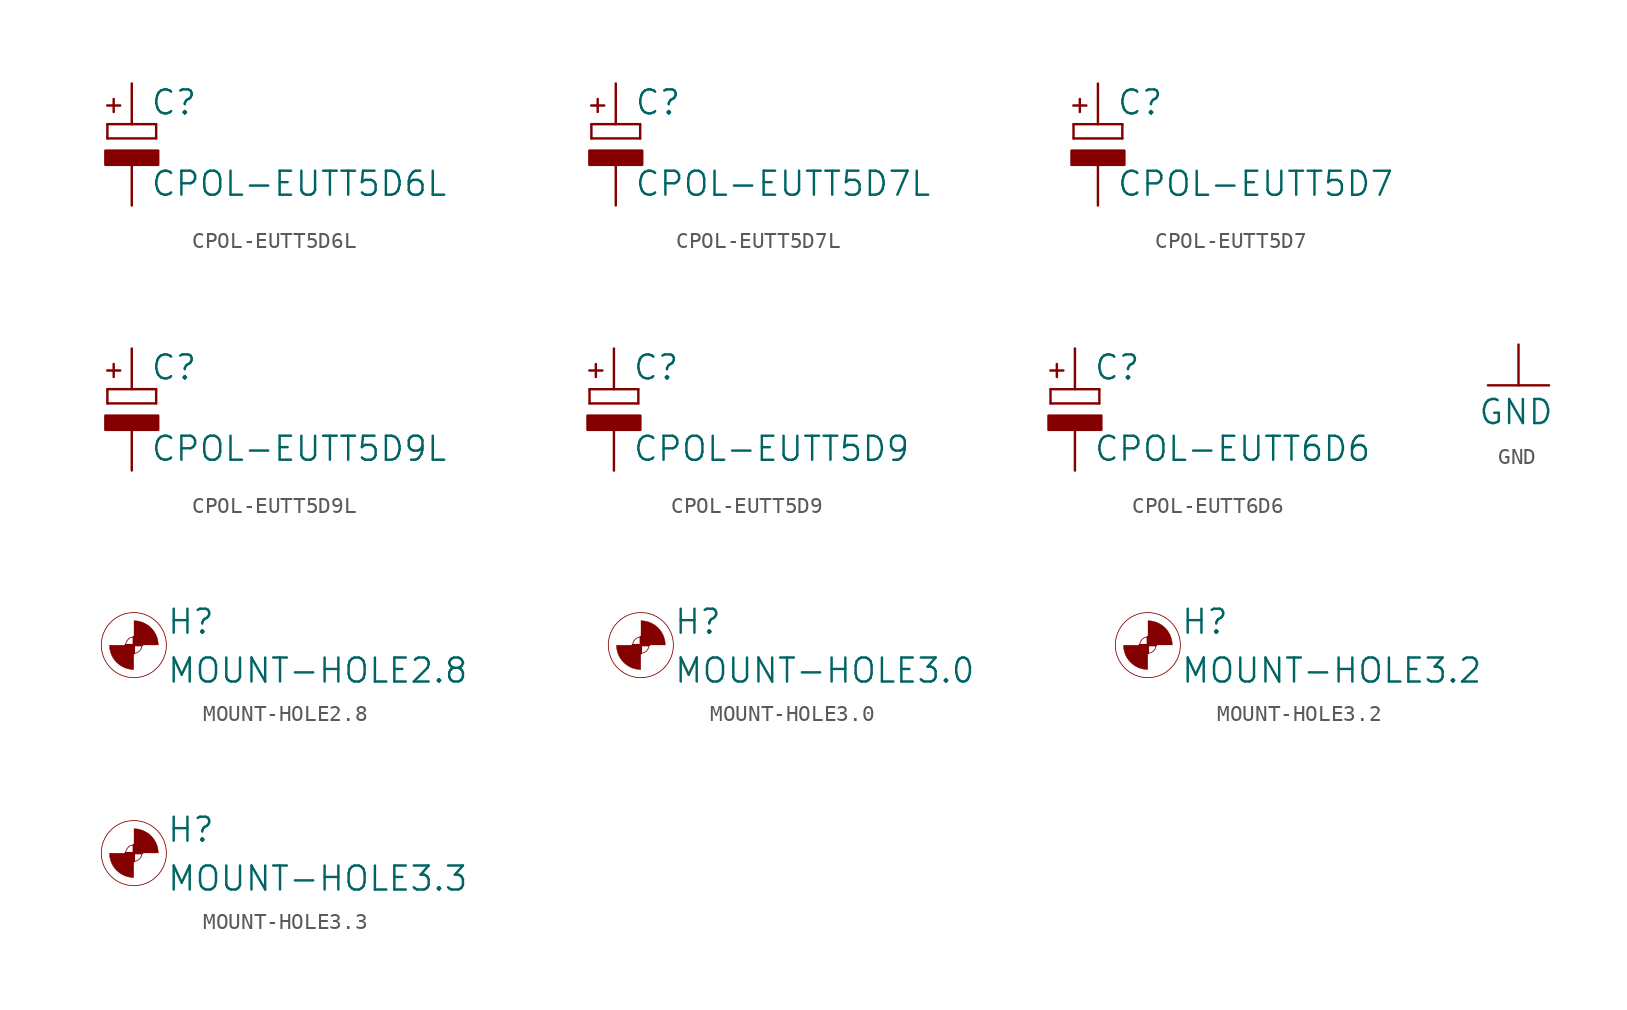
<source format=kicad_sym>
(kicad_symbol_lib
  (version 20211014)
  (generator kicad_symbol_editor)
  (symbol "CPOL-EUTT5D6L"
    (pin_names
      (offset 1.016))
    (property "Reference" "C"
      (at 1.143 0.483 0)
      (effects (font (size 1.499 1.499)) (justify left bottom)))
    (property "Value" "CPOL-EUTT5D6L"
      (at 1.143 -4.597 0)
      (effects (font (size 1.499 1.499)) (justify left bottom)))
    (property "ki_locked" ""
      (at 0 0 0)
      (effects (font (size 1.27 1.27))))
    (symbol "CPOL-EUTT5D6L_1_0"
      (rectangle (start -1.651 -2.54) (end 1.651 -1.651) (stroke (width 0) (type default) (color 0 0 0 0)) (fill (type outline)))
      (polyline (pts (xy -1.524 -0.889) (xy 1.524 -0.889)) (stroke (width 0) (type default) (color 0 0 0 0)) (fill (type none)))
      (polyline (pts (xy -1.524 0) (xy -1.524 -0.889)) (stroke (width 0) (type default) (color 0 0 0 0)) (fill (type none)))
      (polyline (pts (xy -1.524 0) (xy 1.524 0)) (stroke (width 0) (type default) (color 0 0 0 0)) (fill (type none)))
      (polyline (pts (xy 1.524 -0.889) (xy 1.524 0)) (stroke (width 0) (type default) (color 0 0 0 0)) (fill (type none)))
      (text "+" (at -0.584 0.406 900) (effects (font (size 1.067 1.067)) (justify left bottom)))
      (pin passive line (at 0 2.54 270) (length 2.54) (name "+" (effects (font (size 0 0)))) (number "+" (effects (font (size 0 0)))))
      (pin passive line (at 0 -5.08 90) (length 2.54) (name "-" (effects (font (size 0 0)))) (number "-" (effects (font (size 0 0)))))))
  (symbol "CPOL-EUTT5D7L"
    (pin_names
      (offset 1.016))
    (property "Reference" "C"
      (at 1.143 0.483 0)
      (effects (font (size 1.499 1.499)) (justify left bottom)))
    (property "Value" "CPOL-EUTT5D7L"
      (at 1.143 -4.597 0)
      (effects (font (size 1.499 1.499)) (justify left bottom)))
    (property "ki_locked" ""
      (at 0 0 0)
      (effects (font (size 1.27 1.27))))
    (symbol "CPOL-EUTT5D7L_1_0"
      (rectangle (start -1.651 -2.54) (end 1.651 -1.651) (stroke (width 0) (type default) (color 0 0 0 0)) (fill (type outline)))
      (polyline (pts (xy -1.524 -0.889) (xy 1.524 -0.889)) (stroke (width 0) (type default) (color 0 0 0 0)) (fill (type none)))
      (polyline (pts (xy -1.524 0) (xy -1.524 -0.889)) (stroke (width 0) (type default) (color 0 0 0 0)) (fill (type none)))
      (polyline (pts (xy -1.524 0) (xy 1.524 0)) (stroke (width 0) (type default) (color 0 0 0 0)) (fill (type none)))
      (polyline (pts (xy 1.524 -0.889) (xy 1.524 0)) (stroke (width 0) (type default) (color 0 0 0 0)) (fill (type none)))
      (text "+" (at -0.584 0.406 900) (effects (font (size 1.067 1.067)) (justify left bottom)))
      (pin passive line (at 0 2.54 270) (length 2.54) (name "+" (effects (font (size 0 0)))) (number "+" (effects (font (size 0 0)))))
      (pin passive line (at 0 -5.08 90) (length 2.54) (name "-" (effects (font (size 0 0)))) (number "-" (effects (font (size 0 0)))))))
  (symbol "CPOL-EUTT5D7"
    (pin_names
      (offset 1.016))
    (property "Reference" "C"
      (at 1.143 0.483 0)
      (effects (font (size 1.499 1.499)) (justify left bottom)))
    (property "Value" "CPOL-EUTT5D7"
      (at 1.143 -4.597 0)
      (effects (font (size 1.499 1.499)) (justify left bottom)))
    (property "ki_locked" ""
      (at 0 0 0)
      (effects (font (size 1.27 1.27))))
    (symbol "CPOL-EUTT5D7_1_0"
      (rectangle (start -1.651 -2.54) (end 1.651 -1.651) (stroke (width 0) (type default) (color 0 0 0 0)) (fill (type outline)))
      (polyline (pts (xy -1.524 -0.889) (xy 1.524 -0.889)) (stroke (width 0) (type default) (color 0 0 0 0)) (fill (type none)))
      (polyline (pts (xy -1.524 0) (xy -1.524 -0.889)) (stroke (width 0) (type default) (color 0 0 0 0)) (fill (type none)))
      (polyline (pts (xy -1.524 0) (xy 1.524 0)) (stroke (width 0) (type default) (color 0 0 0 0)) (fill (type none)))
      (polyline (pts (xy 1.524 -0.889) (xy 1.524 0)) (stroke (width 0) (type default) (color 0 0 0 0)) (fill (type none)))
      (text "+" (at -0.584 0.406 900) (effects (font (size 1.067 1.067)) (justify left bottom)))
      (pin passive line (at 0 2.54 270) (length 2.54) (name "+" (effects (font (size 0 0)))) (number "+" (effects (font (size 0 0)))))
      (pin passive line (at 0 -5.08 90) (length 2.54) (name "-" (effects (font (size 0 0)))) (number "-" (effects (font (size 0 0)))))))
  (symbol "CPOL-EUTT5D9L"
    (pin_names
      (offset 1.016))
    (property "Reference" "C"
      (at 1.143 0.483 0)
      (effects (font (size 1.499 1.499)) (justify left bottom)))
    (property "Value" "CPOL-EUTT5D9L"
      (at 1.143 -4.597 0)
      (effects (font (size 1.499 1.499)) (justify left bottom)))
    (property "ki_locked" ""
      (at 0 0 0)
      (effects (font (size 1.27 1.27))))
    (symbol "CPOL-EUTT5D9L_1_0"
      (rectangle (start -1.651 -2.54) (end 1.651 -1.651) (stroke (width 0) (type default) (color 0 0 0 0)) (fill (type outline)))
      (polyline (pts (xy -1.524 -0.889) (xy 1.524 -0.889)) (stroke (width 0) (type default) (color 0 0 0 0)) (fill (type none)))
      (polyline (pts (xy -1.524 0) (xy -1.524 -0.889)) (stroke (width 0) (type default) (color 0 0 0 0)) (fill (type none)))
      (polyline (pts (xy -1.524 0) (xy 1.524 0)) (stroke (width 0) (type default) (color 0 0 0 0)) (fill (type none)))
      (polyline (pts (xy 1.524 -0.889) (xy 1.524 0)) (stroke (width 0) (type default) (color 0 0 0 0)) (fill (type none)))
      (text "+" (at -0.584 0.406 900) (effects (font (size 1.067 1.067)) (justify left bottom)))
      (pin passive line (at 0 2.54 270) (length 2.54) (name "+" (effects (font (size 0 0)))) (number "+" (effects (font (size 0 0)))))
      (pin passive line (at 0 -5.08 90) (length 2.54) (name "-" (effects (font (size 0 0)))) (number "-" (effects (font (size 0 0)))))))
  (symbol "CPOL-EUTT5D9"
    (pin_names
      (offset 1.016))
    (property "Reference" "C"
      (at 1.143 0.483 0)
      (effects (font (size 1.499 1.499)) (justify left bottom)))
    (property "Value" "CPOL-EUTT5D9"
      (at 1.143 -4.597 0)
      (effects (font (size 1.499 1.499)) (justify left bottom)))
    (property "ki_locked" ""
      (at 0 0 0)
      (effects (font (size 1.27 1.27))))
    (symbol "CPOL-EUTT5D9_1_0"
      (rectangle (start -1.651 -2.54) (end 1.651 -1.651) (stroke (width 0) (type default) (color 0 0 0 0)) (fill (type outline)))
      (polyline (pts (xy -1.524 -0.889) (xy 1.524 -0.889)) (stroke (width 0) (type default) (color 0 0 0 0)) (fill (type none)))
      (polyline (pts (xy -1.524 0) (xy -1.524 -0.889)) (stroke (width 0) (type default) (color 0 0 0 0)) (fill (type none)))
      (polyline (pts (xy -1.524 0) (xy 1.524 0)) (stroke (width 0) (type default) (color 0 0 0 0)) (fill (type none)))
      (polyline (pts (xy 1.524 -0.889) (xy 1.524 0)) (stroke (width 0) (type default) (color 0 0 0 0)) (fill (type none)))
      (text "+" (at -0.584 0.406 900) (effects (font (size 1.067 1.067)) (justify left bottom)))
      (pin passive line (at 0 2.54 270) (length 2.54) (name "+" (effects (font (size 0 0)))) (number "+" (effects (font (size 0 0)))))
      (pin passive line (at 0 -5.08 90) (length 2.54) (name "-" (effects (font (size 0 0)))) (number "-" (effects (font (size 0 0)))))))
  (symbol "CPOL-EUTT6D6"
    (pin_names
      (offset 1.016))
    (property "Reference" "C"
      (at 1.143 0.483 0)
      (effects (font (size 1.499 1.499)) (justify left bottom)))
    (property "Value" "CPOL-EUTT6D6"
      (at 1.143 -4.597 0)
      (effects (font (size 1.499 1.499)) (justify left bottom)))
    (property "ki_locked" ""
      (at 0 0 0)
      (effects (font (size 1.27 1.27))))
    (symbol "CPOL-EUTT6D6_1_0"
      (rectangle (start -1.651 -2.54) (end 1.651 -1.651) (stroke (width 0) (type default) (color 0 0 0 0)) (fill (type outline)))
      (polyline (pts (xy -1.524 -0.889) (xy 1.524 -0.889)) (stroke (width 0) (type default) (color 0 0 0 0)) (fill (type none)))
      (polyline (pts (xy -1.524 0) (xy -1.524 -0.889)) (stroke (width 0) (type default) (color 0 0 0 0)) (fill (type none)))
      (polyline (pts (xy -1.524 0) (xy 1.524 0)) (stroke (width 0) (type default) (color 0 0 0 0)) (fill (type none)))
      (polyline (pts (xy 1.524 -0.889) (xy 1.524 0)) (stroke (width 0) (type default) (color 0 0 0 0)) (fill (type none)))
      (text "+" (at -0.584 0.406 900) (effects (font (size 1.067 1.067)) (justify left bottom)))
      (pin passive line (at 0 2.54 270) (length 2.54) (name "+" (effects (font (size 0 0)))) (number "+" (effects (font (size 0 0)))))
      (pin passive line (at 0 -5.08 90) (length 2.54) (name "-" (effects (font (size 0 0)))) (number "-" (effects (font (size 0 0)))))))
  (symbol "GND"
    (power)
    (pin_names
      (offset 1.016))
    (property "Reference" "#GND"
      (at 0 0 0)
      (effects (font (size 1.27 1.27)) hide))
    (property "Value" "GND"
      (at -2.54 -2.54 0)
      (effects (font (size 1.499 1.499)) (justify left bottom)))
    (property "ki_locked" ""
      (at 0 0 0)
      (effects (font (size 1.27 1.27))))
    (symbol "GND_1_0"
      (polyline (pts (xy -1.905 0) (xy 1.905 0)) (stroke (width 0) (type default) (color 0 0 0 0)) (fill (type none)))
      (pin power_in line (at 0 2.54 270) (length 2.54) (name "GND" (effects (font (size 0 0)))) (number "1" (effects (font (size 0 0)))))))
  (symbol "MOUNT-HOLE2.8"
    (pin_names
      (offset 1.016))
    (property "Reference" "H"
      (at 2.032 0.584 0)
      (effects (font (size 1.499 1.499)) (justify left bottom)))
    (property "Value" "MOUNT-HOLE2.8"
      (at 2.032 -2.464 0)
      (effects (font (size 1.499 1.499)) (justify left bottom)))
    (property "ki_locked" ""
      (at 0 0 0)
      (effects (font (size 1.27 1.27))))
    (symbol "MOUNT-HOLE2.8_1_0"
      (arc (start -1.524 0) (mid -1.0776 -1.0776) (end 0 -1.524) (stroke (width 0.0254) (type default) (color 0 0 0 0)) (fill (type outline)))
      (polyline (pts (xy -0.508 0) (xy 0.508 0)) (stroke (width 0) (type default) (color 0 0 0 0)) (fill (type none)))
      (polyline (pts (xy 0 0.508) (xy 0 -0.508)) (stroke (width 0) (type default) (color 0 0 0 0)) (fill (type none)))
      (circle (center 0 0) (radius 0.508) (stroke (width 0.051) (type default) (color 0 0 0 0)) (fill (type none)))
      (circle (center 0 0) (radius 2.032) (stroke (width 0.051) (type default) (color 0 0 0 0)) (fill (type none)))
      (arc (start 1.524 0) (mid 1.0776 1.0776) (end 0 1.524) (stroke (width 0.0254) (type default) (color 0 0 0 0)) (fill (type outline)))))
  (symbol "MOUNT-HOLE3.0"
    (pin_names
      (offset 1.016))
    (property "Reference" "H"
      (at 2.032 0.584 0)
      (effects (font (size 1.499 1.499)) (justify left bottom)))
    (property "Value" "MOUNT-HOLE3.0"
      (at 2.032 -2.464 0)
      (effects (font (size 1.499 1.499)) (justify left bottom)))
    (property "ki_locked" ""
      (at 0 0 0)
      (effects (font (size 1.27 1.27))))
    (symbol "MOUNT-HOLE3.0_1_0"
      (arc (start -1.524 0) (mid -1.0776 -1.0776) (end 0 -1.524) (stroke (width 0.0254) (type default) (color 0 0 0 0)) (fill (type outline)))
      (polyline (pts (xy -0.508 0) (xy 0.508 0)) (stroke (width 0) (type default) (color 0 0 0 0)) (fill (type none)))
      (polyline (pts (xy 0 0.508) (xy 0 -0.508)) (stroke (width 0) (type default) (color 0 0 0 0)) (fill (type none)))
      (circle (center 0 0) (radius 0.508) (stroke (width 0.051) (type default) (color 0 0 0 0)) (fill (type none)))
      (circle (center 0 0) (radius 2.032) (stroke (width 0.051) (type default) (color 0 0 0 0)) (fill (type none)))
      (arc (start 1.524 0) (mid 1.0776 1.0776) (end 0 1.524) (stroke (width 0.0254) (type default) (color 0 0 0 0)) (fill (type outline)))))
  (symbol "MOUNT-HOLE3.2"
    (pin_names
      (offset 1.016))
    (property "Reference" "H"
      (at 2.032 0.584 0)
      (effects (font (size 1.499 1.499)) (justify left bottom)))
    (property "Value" "MOUNT-HOLE3.2"
      (at 2.032 -2.464 0)
      (effects (font (size 1.499 1.499)) (justify left bottom)))
    (property "ki_locked" ""
      (at 0 0 0)
      (effects (font (size 1.27 1.27))))
    (symbol "MOUNT-HOLE3.2_1_0"
      (arc (start -1.524 0) (mid -1.0776 -1.0776) (end 0 -1.524) (stroke (width 0.0254) (type default) (color 0 0 0 0)) (fill (type outline)))
      (polyline (pts (xy -0.508 0) (xy 0.508 0)) (stroke (width 0) (type default) (color 0 0 0 0)) (fill (type none)))
      (polyline (pts (xy 0 0.508) (xy 0 -0.508)) (stroke (width 0) (type default) (color 0 0 0 0)) (fill (type none)))
      (circle (center 0 0) (radius 0.508) (stroke (width 0.051) (type default) (color 0 0 0 0)) (fill (type none)))
      (circle (center 0 0) (radius 2.032) (stroke (width 0.051) (type default) (color 0 0 0 0)) (fill (type none)))
      (arc (start 1.524 0) (mid 1.0776 1.0776) (end 0 1.524) (stroke (width 0.0254) (type default) (color 0 0 0 0)) (fill (type outline)))))
  (symbol "MOUNT-HOLE3.3"
    (pin_names
      (offset 1.016))
    (property "Reference" "H"
      (at 2.032 0.584 0)
      (effects (font (size 1.499 1.499)) (justify left bottom)))
    (property "Value" "MOUNT-HOLE3.3"
      (at 2.032 -2.464 0)
      (effects (font (size 1.499 1.499)) (justify left bottom)))
    (property "ki_locked" ""
      (at 0 0 0)
      (effects (font (size 1.27 1.27))))
    (symbol "MOUNT-HOLE3.3_1_0"
      (arc (start -1.524 0) (mid -1.0776 -1.0776) (end 0 -1.524) (stroke (width 0.0254) (type default) (color 0 0 0 0)) (fill (type outline)))
      (polyline (pts (xy -0.508 0) (xy 0.508 0)) (stroke (width 0) (type default) (color 0 0 0 0)) (fill (type none)))
      (polyline (pts (xy 0 0.508) (xy 0 -0.508)) (stroke (width 0) (type default) (color 0 0 0 0)) (fill (type none)))
      (circle (center 0 0) (radius 0.508) (stroke (width 0.051) (type default) (color 0 0 0 0)) (fill (type none)))
      (circle (center 0 0) (radius 2.032) (stroke (width 0.051) (type default) (color 0 0 0 0)) (fill (type none)))
      (arc (start 1.524 0) (mid 1.0776 1.0776) (end 0 1.524) (stroke (width 0.0254) (type default) (color 0 0 0 0)) (fill (type outline))))))
</source>
